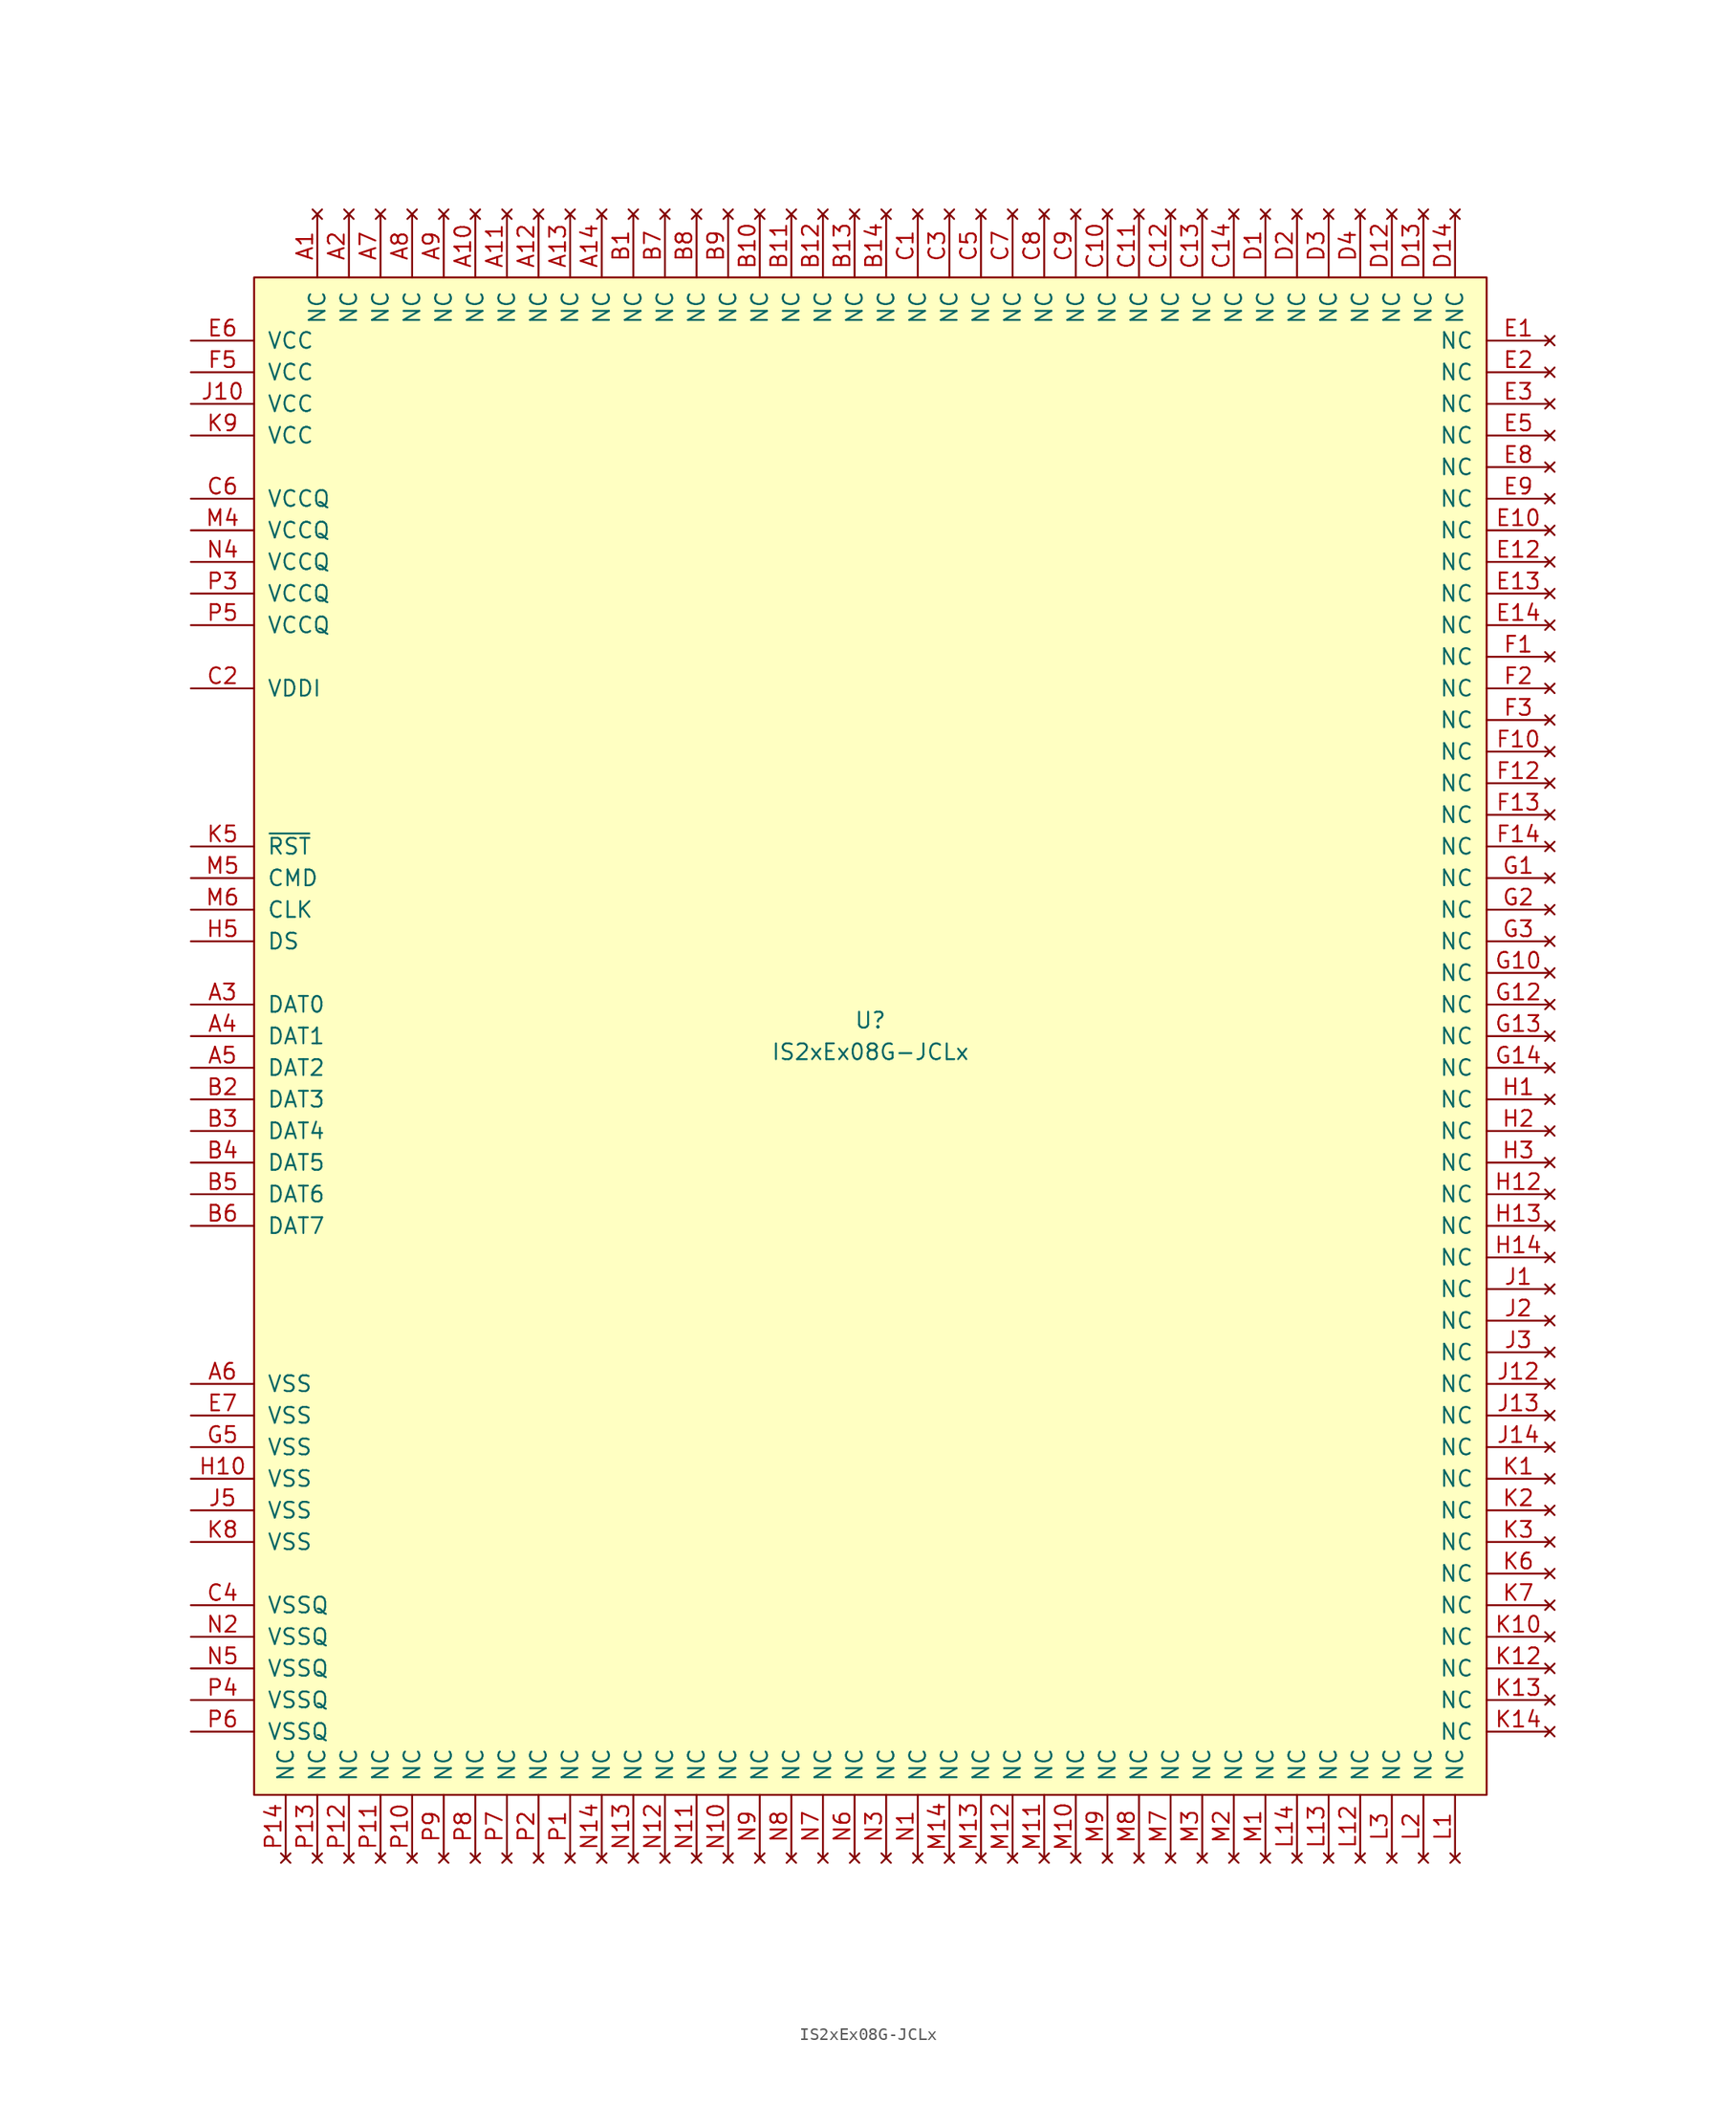
<source format=kicad_sym>
(kicad_symbol_lib
  (version 20220914)
  (generator kicad_symbol_editor)
  (symbol "IS2xEx08G-JCLx"
    (pin_names
      (offset 1.016))
    (property "Reference" "U"
      (at 0 1.27 0)
      (effects (font (size 1.27 1.27))))
    (property "Value" "IS2xEx08G-JCLx"
      (at 0 -1.27 0)
      (effects (font (size 1.27 1.27))))
    (symbol "IS2xEx08G-JCLx_0_1"
      (rectangle (start -49.53 60.96) (end 49.53 -60.96) (stroke (width 0) (type default)) (fill (type background))))
    (symbol "IS2xEx08G-JCLx_1_1"
      (pin no_connect line (at -44.45 66.04 270) (length 5.08) (name "NC" (effects (font (size 1.27 1.27)))) (number "A1" (effects (font (size 1.27 1.27)))))
      (pin no_connect line (at -31.75 66.04 270) (length 5.08) (name "NC" (effects (font (size 1.27 1.27)))) (number "A10" (effects (font (size 1.27 1.27)))))
      (pin no_connect line (at -29.21 66.04 270) (length 5.08) (name "NC" (effects (font (size 1.27 1.27)))) (number "A11" (effects (font (size 1.27 1.27)))))
      (pin no_connect line (at -26.67 66.04 270) (length 5.08) (name "NC" (effects (font (size 1.27 1.27)))) (number "A12" (effects (font (size 1.27 1.27)))))
      (pin no_connect line (at -24.13 66.04 270) (length 5.08) (name "NC" (effects (font (size 1.27 1.27)))) (number "A13" (effects (font (size 1.27 1.27)))))
      (pin no_connect line (at -21.59 66.04 270) (length 5.08) (name "NC" (effects (font (size 1.27 1.27)))) (number "A14" (effects (font (size 1.27 1.27)))))
      (pin no_connect line (at -41.91 66.04 270) (length 5.08) (name "NC" (effects (font (size 1.27 1.27)))) (number "A2" (effects (font (size 1.27 1.27)))))
      (pin bidirectional line (at -54.61 2.54 0) (length 5.08) (name "DAT0" (effects (font (size 1.27 1.27)))) (number "A3" (effects (font (size 1.27 1.27)))))
      (pin bidirectional line (at -54.61 0 0) (length 5.08) (name "DAT1" (effects (font (size 1.27 1.27)))) (number "A4" (effects (font (size 1.27 1.27)))))
      (pin bidirectional line (at -54.61 -2.54 0) (length 5.08) (name "DAT2" (effects (font (size 1.27 1.27)))) (number "A5" (effects (font (size 1.27 1.27)))))
      (pin power_in line (at -54.61 -27.94 0) (length 5.08) (name "VSS" (effects (font (size 1.27 1.27)))) (number "A6" (effects (font (size 1.27 1.27)))))
      (pin no_connect line (at -39.37 66.04 270) (length 5.08) (name "NC" (effects (font (size 1.27 1.27)))) (number "A7" (effects (font (size 1.27 1.27)))))
      (pin no_connect line (at -36.83 66.04 270) (length 5.08) (name "NC" (effects (font (size 1.27 1.27)))) (number "A8" (effects (font (size 1.27 1.27)))))
      (pin no_connect line (at -34.29 66.04 270) (length 5.08) (name "NC" (effects (font (size 1.27 1.27)))) (number "A9" (effects (font (size 1.27 1.27)))))
      (pin no_connect line (at -19.05 66.04 270) (length 5.08) (name "NC" (effects (font (size 1.27 1.27)))) (number "B1" (effects (font (size 1.27 1.27)))))
      (pin no_connect line (at -8.89 66.04 270) (length 5.08) (name "NC" (effects (font (size 1.27 1.27)))) (number "B10" (effects (font (size 1.27 1.27)))))
      (pin no_connect line (at -6.35 66.04 270) (length 5.08) (name "NC" (effects (font (size 1.27 1.27)))) (number "B11" (effects (font (size 1.27 1.27)))))
      (pin no_connect line (at -3.81 66.04 270) (length 5.08) (name "NC" (effects (font (size 1.27 1.27)))) (number "B12" (effects (font (size 1.27 1.27)))))
      (pin no_connect line (at -1.27 66.04 270) (length 5.08) (name "NC" (effects (font (size 1.27 1.27)))) (number "B13" (effects (font (size 1.27 1.27)))))
      (pin no_connect line (at 1.27 66.04 270) (length 5.08) (name "NC" (effects (font (size 1.27 1.27)))) (number "B14" (effects (font (size 1.27 1.27)))))
      (pin bidirectional line (at -54.61 -5.08 0) (length 5.08) (name "DAT3" (effects (font (size 1.27 1.27)))) (number "B2" (effects (font (size 1.27 1.27)))))
      (pin bidirectional line (at -54.61 -7.62 0) (length 5.08) (name "DAT4" (effects (font (size 1.27 1.27)))) (number "B3" (effects (font (size 1.27 1.27)))))
      (pin bidirectional line (at -54.61 -10.16 0) (length 5.08) (name "DAT5" (effects (font (size 1.27 1.27)))) (number "B4" (effects (font (size 1.27 1.27)))))
      (pin bidirectional line (at -54.61 -12.7 0) (length 5.08) (name "DAT6" (effects (font (size 1.27 1.27)))) (number "B5" (effects (font (size 1.27 1.27)))))
      (pin bidirectional line (at -54.61 -15.24 0) (length 5.08) (name "DAT7" (effects (font (size 1.27 1.27)))) (number "B6" (effects (font (size 1.27 1.27)))))
      (pin no_connect line (at -16.51 66.04 270) (length 5.08) (name "NC" (effects (font (size 1.27 1.27)))) (number "B7" (effects (font (size 1.27 1.27)))))
      (pin no_connect line (at -13.97 66.04 270) (length 5.08) (name "NC" (effects (font (size 1.27 1.27)))) (number "B8" (effects (font (size 1.27 1.27)))))
      (pin no_connect line (at -11.43 66.04 270) (length 5.08) (name "NC" (effects (font (size 1.27 1.27)))) (number "B9" (effects (font (size 1.27 1.27)))))
      (pin no_connect line (at 3.81 66.04 270) (length 5.08) (name "NC" (effects (font (size 1.27 1.27)))) (number "C1" (effects (font (size 1.27 1.27)))))
      (pin no_connect line (at 19.05 66.04 270) (length 5.08) (name "NC" (effects (font (size 1.27 1.27)))) (number "C10" (effects (font (size 1.27 1.27)))))
      (pin no_connect line (at 21.59 66.04 270) (length 5.08) (name "NC" (effects (font (size 1.27 1.27)))) (number "C11" (effects (font (size 1.27 1.27)))))
      (pin no_connect line (at 24.13 66.04 270) (length 5.08) (name "NC" (effects (font (size 1.27 1.27)))) (number "C12" (effects (font (size 1.27 1.27)))))
      (pin no_connect line (at 26.67 66.04 270) (length 5.08) (name "NC" (effects (font (size 1.27 1.27)))) (number "C13" (effects (font (size 1.27 1.27)))))
      (pin no_connect line (at 29.21 66.04 270) (length 5.08) (name "NC" (effects (font (size 1.27 1.27)))) (number "C14" (effects (font (size 1.27 1.27)))))
      (pin power_out line (at -54.61 27.94 0) (length 5.08) (name "VDDI" (effects (font (size 1.27 1.27)))) (number "C2" (effects (font (size 1.27 1.27)))))
      (pin no_connect line (at 6.35 66.04 270) (length 5.08) (name "NC" (effects (font (size 1.27 1.27)))) (number "C3" (effects (font (size 1.27 1.27)))))
      (pin power_in line (at -54.61 -45.72 0) (length 5.08) (name "VSSQ" (effects (font (size 1.27 1.27)))) (number "C4" (effects (font (size 1.27 1.27)))))
      (pin no_connect line (at 8.89 66.04 270) (length 5.08) (name "NC" (effects (font (size 1.27 1.27)))) (number "C5" (effects (font (size 1.27 1.27)))))
      (pin power_in line (at -54.61 43.18 0) (length 5.08) (name "VCCQ" (effects (font (size 1.27 1.27)))) (number "C6" (effects (font (size 1.27 1.27)))))
      (pin no_connect line (at 11.43 66.04 270) (length 5.08) (name "NC" (effects (font (size 1.27 1.27)))) (number "C7" (effects (font (size 1.27 1.27)))))
      (pin no_connect line (at 13.97 66.04 270) (length 5.08) (name "NC" (effects (font (size 1.27 1.27)))) (number "C8" (effects (font (size 1.27 1.27)))))
      (pin no_connect line (at 16.51 66.04 270) (length 5.08) (name "NC" (effects (font (size 1.27 1.27)))) (number "C9" (effects (font (size 1.27 1.27)))))
      (pin no_connect line (at 31.75 66.04 270) (length 5.08) (name "NC" (effects (font (size 1.27 1.27)))) (number "D1" (effects (font (size 1.27 1.27)))))
      (pin no_connect line (at 41.91 66.04 270) (length 5.08) (name "NC" (effects (font (size 1.27 1.27)))) (number "D12" (effects (font (size 1.27 1.27)))))
      (pin no_connect line (at 44.45 66.04 270) (length 5.08) (name "NC" (effects (font (size 1.27 1.27)))) (number "D13" (effects (font (size 1.27 1.27)))))
      (pin no_connect line (at 46.99 66.04 270) (length 5.08) (name "NC" (effects (font (size 1.27 1.27)))) (number "D14" (effects (font (size 1.27 1.27)))))
      (pin no_connect line (at 34.29 66.04 270) (length 5.08) (name "NC" (effects (font (size 1.27 1.27)))) (number "D2" (effects (font (size 1.27 1.27)))))
      (pin no_connect line (at 36.83 66.04 270) (length 5.08) (name "NC" (effects (font (size 1.27 1.27)))) (number "D3" (effects (font (size 1.27 1.27)))))
      (pin no_connect line (at 39.37 66.04 270) (length 5.08) (name "NC" (effects (font (size 1.27 1.27)))) (number "D4" (effects (font (size 1.27 1.27)))))
      (pin no_connect line (at 54.61 55.88 180) (length 5.08) (name "NC" (effects (font (size 1.27 1.27)))) (number "E1" (effects (font (size 1.27 1.27)))))
      (pin no_connect line (at 54.61 40.64 180) (length 5.08) (name "NC" (effects (font (size 1.27 1.27)))) (number "E10" (effects (font (size 1.27 1.27)))))
      (pin no_connect line (at 54.61 38.1 180) (length 5.08) (name "NC" (effects (font (size 1.27 1.27)))) (number "E12" (effects (font (size 1.27 1.27)))))
      (pin no_connect line (at 54.61 35.56 180) (length 5.08) (name "NC" (effects (font (size 1.27 1.27)))) (number "E13" (effects (font (size 1.27 1.27)))))
      (pin no_connect line (at 54.61 33.02 180) (length 5.08) (name "NC" (effects (font (size 1.27 1.27)))) (number "E14" (effects (font (size 1.27 1.27)))))
      (pin no_connect line (at 54.61 53.34 180) (length 5.08) (name "NC" (effects (font (size 1.27 1.27)))) (number "E2" (effects (font (size 1.27 1.27)))))
      (pin no_connect line (at 54.61 50.8 180) (length 5.08) (name "NC" (effects (font (size 1.27 1.27)))) (number "E3" (effects (font (size 1.27 1.27)))))
      (pin no_connect line (at 54.61 48.26 180) (length 5.08) (name "NC" (effects (font (size 1.27 1.27)))) (number "E5" (effects (font (size 1.27 1.27)))))
      (pin power_in line (at -54.61 55.88 0) (length 5.08) (name "VCC" (effects (font (size 1.27 1.27)))) (number "E6" (effects (font (size 1.27 1.27)))))
      (pin power_in line (at -54.61 -30.48 0) (length 5.08) (name "VSS" (effects (font (size 1.27 1.27)))) (number "E7" (effects (font (size 1.27 1.27)))))
      (pin no_connect line (at 54.61 45.72 180) (length 5.08) (name "NC" (effects (font (size 1.27 1.27)))) (number "E8" (effects (font (size 1.27 1.27)))))
      (pin no_connect line (at 54.61 43.18 180) (length 5.08) (name "NC" (effects (font (size 1.27 1.27)))) (number "E9" (effects (font (size 1.27 1.27)))))
      (pin no_connect line (at 54.61 30.48 180) (length 5.08) (name "NC" (effects (font (size 1.27 1.27)))) (number "F1" (effects (font (size 1.27 1.27)))))
      (pin no_connect line (at 54.61 22.86 180) (length 5.08) (name "NC" (effects (font (size 1.27 1.27)))) (number "F10" (effects (font (size 1.27 1.27)))))
      (pin no_connect line (at 54.61 20.32 180) (length 5.08) (name "NC" (effects (font (size 1.27 1.27)))) (number "F12" (effects (font (size 1.27 1.27)))))
      (pin no_connect line (at 54.61 17.78 180) (length 5.08) (name "NC" (effects (font (size 1.27 1.27)))) (number "F13" (effects (font (size 1.27 1.27)))))
      (pin no_connect line (at 54.61 15.24 180) (length 5.08) (name "NC" (effects (font (size 1.27 1.27)))) (number "F14" (effects (font (size 1.27 1.27)))))
      (pin no_connect line (at 54.61 27.94 180) (length 5.08) (name "NC" (effects (font (size 1.27 1.27)))) (number "F2" (effects (font (size 1.27 1.27)))))
      (pin no_connect line (at 54.61 25.4 180) (length 5.08) (name "NC" (effects (font (size 1.27 1.27)))) (number "F3" (effects (font (size 1.27 1.27)))))
      (pin power_in line (at -54.61 53.34 0) (length 5.08) (name "VCC" (effects (font (size 1.27 1.27)))) (number "F5" (effects (font (size 1.27 1.27)))))
      (pin no_connect line (at 54.61 12.7 180) (length 5.08) (name "NC" (effects (font (size 1.27 1.27)))) (number "G1" (effects (font (size 1.27 1.27)))))
      (pin no_connect line (at 54.61 5.08 180) (length 5.08) (name "NC" (effects (font (size 1.27 1.27)))) (number "G10" (effects (font (size 1.27 1.27)))))
      (pin no_connect line (at 54.61 2.54 180) (length 5.08) (name "NC" (effects (font (size 1.27 1.27)))) (number "G12" (effects (font (size 1.27 1.27)))))
      (pin no_connect line (at 54.61 0 180) (length 5.08) (name "NC" (effects (font (size 1.27 1.27)))) (number "G13" (effects (font (size 1.27 1.27)))))
      (pin no_connect line (at 54.61 -2.54 180) (length 5.08) (name "NC" (effects (font (size 1.27 1.27)))) (number "G14" (effects (font (size 1.27 1.27)))))
      (pin no_connect line (at 54.61 10.16 180) (length 5.08) (name "NC" (effects (font (size 1.27 1.27)))) (number "G2" (effects (font (size 1.27 1.27)))))
      (pin no_connect line (at 54.61 7.62 180) (length 5.08) (name "NC" (effects (font (size 1.27 1.27)))) (number "G3" (effects (font (size 1.27 1.27)))))
      (pin power_in line (at -54.61 -33.02 0) (length 5.08) (name "VSS" (effects (font (size 1.27 1.27)))) (number "G5" (effects (font (size 1.27 1.27)))))
      (pin no_connect line (at 54.61 -5.08 180) (length 5.08) (name "NC" (effects (font (size 1.27 1.27)))) (number "H1" (effects (font (size 1.27 1.27)))))
      (pin power_in line (at -54.61 -35.56 0) (length 5.08) (name "VSS" (effects (font (size 1.27 1.27)))) (number "H10" (effects (font (size 1.27 1.27)))))
      (pin no_connect line (at 54.61 -12.7 180) (length 5.08) (name "NC" (effects (font (size 1.27 1.27)))) (number "H12" (effects (font (size 1.27 1.27)))))
      (pin no_connect line (at 54.61 -15.24 180) (length 5.08) (name "NC" (effects (font (size 1.27 1.27)))) (number "H13" (effects (font (size 1.27 1.27)))))
      (pin no_connect line (at 54.61 -17.78 180) (length 5.08) (name "NC" (effects (font (size 1.27 1.27)))) (number "H14" (effects (font (size 1.27 1.27)))))
      (pin no_connect line (at 54.61 -7.62 180) (length 5.08) (name "NC" (effects (font (size 1.27 1.27)))) (number "H2" (effects (font (size 1.27 1.27)))))
      (pin no_connect line (at 54.61 -10.16 180) (length 5.08) (name "NC" (effects (font (size 1.27 1.27)))) (number "H3" (effects (font (size 1.27 1.27)))))
      (pin output line (at -54.61 7.62 0) (length 5.08) (name "DS" (effects (font (size 1.27 1.27)))) (number "H5" (effects (font (size 1.27 1.27)))))
      (pin no_connect line (at 54.61 -20.32 180) (length 5.08) (name "NC" (effects (font (size 1.27 1.27)))) (number "J1" (effects (font (size 1.27 1.27)))))
      (pin power_in line (at -54.61 50.8 0) (length 5.08) (name "VCC" (effects (font (size 1.27 1.27)))) (number "J10" (effects (font (size 1.27 1.27)))))
      (pin no_connect line (at 54.61 -27.94 180) (length 5.08) (name "NC" (effects (font (size 1.27 1.27)))) (number "J12" (effects (font (size 1.27 1.27)))))
      (pin no_connect line (at 54.61 -30.48 180) (length 5.08) (name "NC" (effects (font (size 1.27 1.27)))) (number "J13" (effects (font (size 1.27 1.27)))))
      (pin no_connect line (at 54.61 -33.02 180) (length 5.08) (name "NC" (effects (font (size 1.27 1.27)))) (number "J14" (effects (font (size 1.27 1.27)))))
      (pin no_connect line (at 54.61 -22.86 180) (length 5.08) (name "NC" (effects (font (size 1.27 1.27)))) (number "J2" (effects (font (size 1.27 1.27)))))
      (pin no_connect line (at 54.61 -25.4 180) (length 5.08) (name "NC" (effects (font (size 1.27 1.27)))) (number "J3" (effects (font (size 1.27 1.27)))))
      (pin power_in line (at -54.61 -38.1 0) (length 5.08) (name "VSS" (effects (font (size 1.27 1.27)))) (number "J5" (effects (font (size 1.27 1.27)))))
      (pin no_connect line (at 54.61 -35.56 180) (length 5.08) (name "NC" (effects (font (size 1.27 1.27)))) (number "K1" (effects (font (size 1.27 1.27)))))
      (pin no_connect line (at 54.61 -48.26 180) (length 5.08) (name "NC" (effects (font (size 1.27 1.27)))) (number "K10" (effects (font (size 1.27 1.27)))))
      (pin no_connect line (at 54.61 -50.8 180) (length 5.08) (name "NC" (effects (font (size 1.27 1.27)))) (number "K12" (effects (font (size 1.27 1.27)))))
      (pin no_connect line (at 54.61 -53.34 180) (length 5.08) (name "NC" (effects (font (size 1.27 1.27)))) (number "K13" (effects (font (size 1.27 1.27)))))
      (pin no_connect line (at 54.61 -55.88 180) (length 5.08) (name "NC" (effects (font (size 1.27 1.27)))) (number "K14" (effects (font (size 1.27 1.27)))))
      (pin no_connect line (at 54.61 -38.1 180) (length 5.08) (name "NC" (effects (font (size 1.27 1.27)))) (number "K2" (effects (font (size 1.27 1.27)))))
      (pin no_connect line (at 54.61 -40.64 180) (length 5.08) (name "NC" (effects (font (size 1.27 1.27)))) (number "K3" (effects (font (size 1.27 1.27)))))
      (pin input line (at -54.61 15.24 0) (length 5.08) (name "~{RST}" (effects (font (size 1.27 1.27)))) (number "K5" (effects (font (size 1.27 1.27)))))
      (pin no_connect line (at 54.61 -43.18 180) (length 5.08) (name "NC" (effects (font (size 1.27 1.27)))) (number "K6" (effects (font (size 1.27 1.27)))))
      (pin no_connect line (at 54.61 -45.72 180) (length 5.08) (name "NC" (effects (font (size 1.27 1.27)))) (number "K7" (effects (font (size 1.27 1.27)))))
      (pin power_in line (at -54.61 -40.64 0) (length 5.08) (name "VSS" (effects (font (size 1.27 1.27)))) (number "K8" (effects (font (size 1.27 1.27)))))
      (pin power_in line (at -54.61 48.26 0) (length 5.08) (name "VCC" (effects (font (size 1.27 1.27)))) (number "K9" (effects (font (size 1.27 1.27)))))
      (pin no_connect line (at 46.99 -66.04 90) (length 5.08) (name "NC" (effects (font (size 1.27 1.27)))) (number "L1" (effects (font (size 1.27 1.27)))))
      (pin no_connect line (at 39.37 -66.04 90) (length 5.08) (name "NC" (effects (font (size 1.27 1.27)))) (number "L12" (effects (font (size 1.27 1.27)))))
      (pin no_connect line (at 36.83 -66.04 90) (length 5.08) (name "NC" (effects (font (size 1.27 1.27)))) (number "L13" (effects (font (size 1.27 1.27)))))
      (pin no_connect line (at 34.29 -66.04 90) (length 5.08) (name "NC" (effects (font (size 1.27 1.27)))) (number "L14" (effects (font (size 1.27 1.27)))))
      (pin no_connect line (at 44.45 -66.04 90) (length 5.08) (name "NC" (effects (font (size 1.27 1.27)))) (number "L2" (effects (font (size 1.27 1.27)))))
      (pin no_connect line (at 41.91 -66.04 90) (length 5.08) (name "NC" (effects (font (size 1.27 1.27)))) (number "L3" (effects (font (size 1.27 1.27)))))
      (pin no_connect line (at 31.75 -66.04 90) (length 5.08) (name "NC" (effects (font (size 1.27 1.27)))) (number "M1" (effects (font (size 1.27 1.27)))))
      (pin no_connect line (at 16.51 -66.04 90) (length 5.08) (name "NC" (effects (font (size 1.27 1.27)))) (number "M10" (effects (font (size 1.27 1.27)))))
      (pin no_connect line (at 13.97 -66.04 90) (length 5.08) (name "NC" (effects (font (size 1.27 1.27)))) (number "M11" (effects (font (size 1.27 1.27)))))
      (pin no_connect line (at 11.43 -66.04 90) (length 5.08) (name "NC" (effects (font (size 1.27 1.27)))) (number "M12" (effects (font (size 1.27 1.27)))))
      (pin no_connect line (at 8.89 -66.04 90) (length 5.08) (name "NC" (effects (font (size 1.27 1.27)))) (number "M13" (effects (font (size 1.27 1.27)))))
      (pin no_connect line (at 6.35 -66.04 90) (length 5.08) (name "NC" (effects (font (size 1.27 1.27)))) (number "M14" (effects (font (size 1.27 1.27)))))
      (pin no_connect line (at 29.21 -66.04 90) (length 5.08) (name "NC" (effects (font (size 1.27 1.27)))) (number "M2" (effects (font (size 1.27 1.27)))))
      (pin no_connect line (at 26.67 -66.04 90) (length 5.08) (name "NC" (effects (font (size 1.27 1.27)))) (number "M3" (effects (font (size 1.27 1.27)))))
      (pin power_in line (at -54.61 40.64 0) (length 5.08) (name "VCCQ" (effects (font (size 1.27 1.27)))) (number "M4" (effects (font (size 1.27 1.27)))))
      (pin bidirectional line (at -54.61 12.7 0) (length 5.08) (name "CMD" (effects (font (size 1.27 1.27)))) (number "M5" (effects (font (size 1.27 1.27)))))
      (pin input line (at -54.61 10.16 0) (length 5.08) (name "CLK" (effects (font (size 1.27 1.27)))) (number "M6" (effects (font (size 1.27 1.27)))))
      (pin no_connect line (at 24.13 -66.04 90) (length 5.08) (name "NC" (effects (font (size 1.27 1.27)))) (number "M7" (effects (font (size 1.27 1.27)))))
      (pin no_connect line (at 21.59 -66.04 90) (length 5.08) (name "NC" (effects (font (size 1.27 1.27)))) (number "M8" (effects (font (size 1.27 1.27)))))
      (pin no_connect line (at 19.05 -66.04 90) (length 5.08) (name "NC" (effects (font (size 1.27 1.27)))) (number "M9" (effects (font (size 1.27 1.27)))))
      (pin no_connect line (at 3.81 -66.04 90) (length 5.08) (name "NC" (effects (font (size 1.27 1.27)))) (number "N1" (effects (font (size 1.27 1.27)))))
      (pin no_connect line (at -11.43 -66.04 90) (length 5.08) (name "NC" (effects (font (size 1.27 1.27)))) (number "N10" (effects (font (size 1.27 1.27)))))
      (pin no_connect line (at -13.97 -66.04 90) (length 5.08) (name "NC" (effects (font (size 1.27 1.27)))) (number "N11" (effects (font (size 1.27 1.27)))))
      (pin no_connect line (at -16.51 -66.04 90) (length 5.08) (name "NC" (effects (font (size 1.27 1.27)))) (number "N12" (effects (font (size 1.27 1.27)))))
      (pin no_connect line (at -19.05 -66.04 90) (length 5.08) (name "NC" (effects (font (size 1.27 1.27)))) (number "N13" (effects (font (size 1.27 1.27)))))
      (pin no_connect line (at -21.59 -66.04 90) (length 5.08) (name "NC" (effects (font (size 1.27 1.27)))) (number "N14" (effects (font (size 1.27 1.27)))))
      (pin power_in line (at -54.61 -48.26 0) (length 5.08) (name "VSSQ" (effects (font (size 1.27 1.27)))) (number "N2" (effects (font (size 1.27 1.27)))))
      (pin no_connect line (at 1.27 -66.04 90) (length 5.08) (name "NC" (effects (font (size 1.27 1.27)))) (number "N3" (effects (font (size 1.27 1.27)))))
      (pin power_in line (at -54.61 38.1 0) (length 5.08) (name "VCCQ" (effects (font (size 1.27 1.27)))) (number "N4" (effects (font (size 1.27 1.27)))))
      (pin power_in line (at -54.61 -50.8 0) (length 5.08) (name "VSSQ" (effects (font (size 1.27 1.27)))) (number "N5" (effects (font (size 1.27 1.27)))))
      (pin no_connect line (at -1.27 -66.04 90) (length 5.08) (name "NC" (effects (font (size 1.27 1.27)))) (number "N6" (effects (font (size 1.27 1.27)))))
      (pin no_connect line (at -3.81 -66.04 90) (length 5.08) (name "NC" (effects (font (size 1.27 1.27)))) (number "N7" (effects (font (size 1.27 1.27)))))
      (pin no_connect line (at -6.35 -66.04 90) (length 5.08) (name "NC" (effects (font (size 1.27 1.27)))) (number "N8" (effects (font (size 1.27 1.27)))))
      (pin no_connect line (at -8.89 -66.04 90) (length 5.08) (name "NC" (effects (font (size 1.27 1.27)))) (number "N9" (effects (font (size 1.27 1.27)))))
      (pin no_connect line (at -24.13 -66.04 90) (length 5.08) (name "NC" (effects (font (size 1.27 1.27)))) (number "P1" (effects (font (size 1.27 1.27)))))
      (pin no_connect line (at -36.83 -66.04 90) (length 5.08) (name "NC" (effects (font (size 1.27 1.27)))) (number "P10" (effects (font (size 1.27 1.27)))))
      (pin no_connect line (at -39.37 -66.04 90) (length 5.08) (name "NC" (effects (font (size 1.27 1.27)))) (number "P11" (effects (font (size 1.27 1.27)))))
      (pin no_connect line (at -41.91 -66.04 90) (length 5.08) (name "NC" (effects (font (size 1.27 1.27)))) (number "P12" (effects (font (size 1.27 1.27)))))
      (pin no_connect line (at -44.45 -66.04 90) (length 5.08) (name "NC" (effects (font (size 1.27 1.27)))) (number "P13" (effects (font (size 1.27 1.27)))))
      (pin no_connect line (at -46.99 -66.04 90) (length 5.08) (name "NC" (effects (font (size 1.27 1.27)))) (number "P14" (effects (font (size 1.27 1.27)))))
      (pin no_connect line (at -26.67 -66.04 90) (length 5.08) (name "NC" (effects (font (size 1.27 1.27)))) (number "P2" (effects (font (size 1.27 1.27)))))
      (pin power_in line (at -54.61 35.56 0) (length 5.08) (name "VCCQ" (effects (font (size 1.27 1.27)))) (number "P3" (effects (font (size 1.27 1.27)))))
      (pin power_in line (at -54.61 -53.34 0) (length 5.08) (name "VSSQ" (effects (font (size 1.27 1.27)))) (number "P4" (effects (font (size 1.27 1.27)))))
      (pin power_in line (at -54.61 33.02 0) (length 5.08) (name "VCCQ" (effects (font (size 1.27 1.27)))) (number "P5" (effects (font (size 1.27 1.27)))))
      (pin power_in line (at -54.61 -55.88 0) (length 5.08) (name "VSSQ" (effects (font (size 1.27 1.27)))) (number "P6" (effects (font (size 1.27 1.27)))))
      (pin no_connect line (at -29.21 -66.04 90) (length 5.08) (name "NC" (effects (font (size 1.27 1.27)))) (number "P7" (effects (font (size 1.27 1.27)))))
      (pin no_connect line (at -31.75 -66.04 90) (length 5.08) (name "NC" (effects (font (size 1.27 1.27)))) (number "P8" (effects (font (size 1.27 1.27)))))
      (pin no_connect line (at -34.29 -66.04 90) (length 5.08) (name "NC" (effects (font (size 1.27 1.27)))) (number "P9" (effects (font (size 1.27 1.27))))))))
</source>
